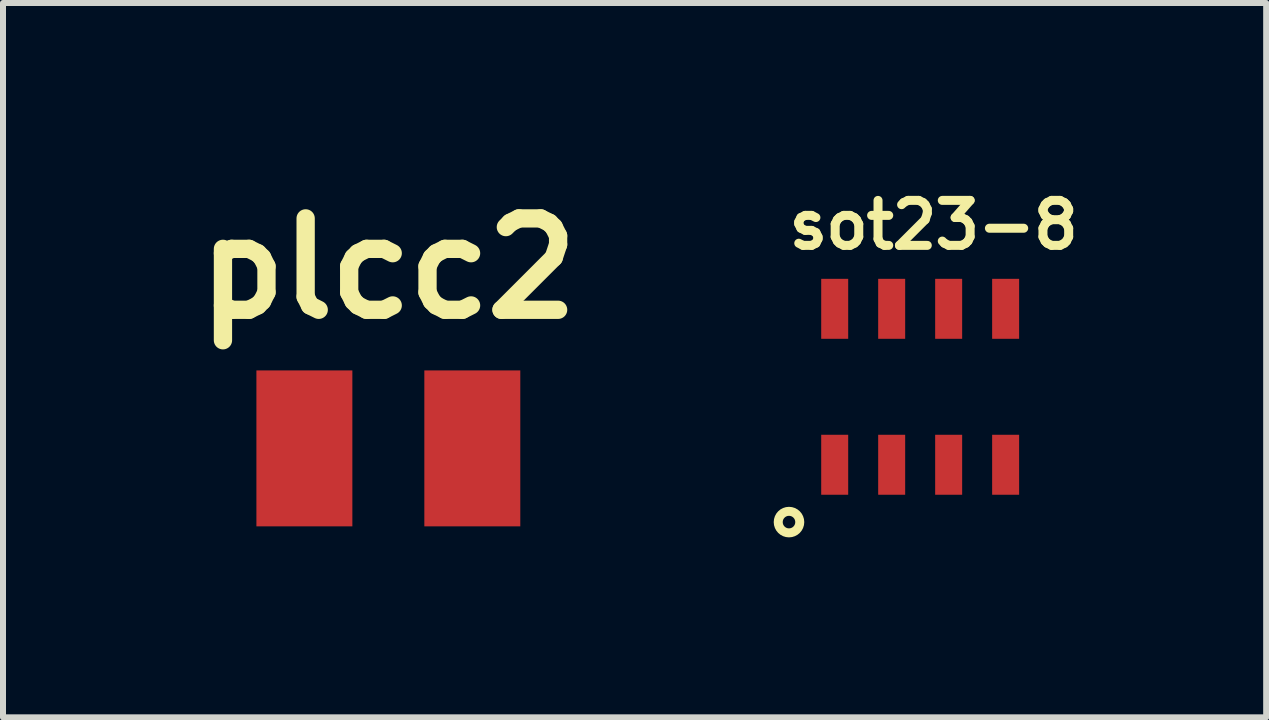
<source format=kicad_pcb>
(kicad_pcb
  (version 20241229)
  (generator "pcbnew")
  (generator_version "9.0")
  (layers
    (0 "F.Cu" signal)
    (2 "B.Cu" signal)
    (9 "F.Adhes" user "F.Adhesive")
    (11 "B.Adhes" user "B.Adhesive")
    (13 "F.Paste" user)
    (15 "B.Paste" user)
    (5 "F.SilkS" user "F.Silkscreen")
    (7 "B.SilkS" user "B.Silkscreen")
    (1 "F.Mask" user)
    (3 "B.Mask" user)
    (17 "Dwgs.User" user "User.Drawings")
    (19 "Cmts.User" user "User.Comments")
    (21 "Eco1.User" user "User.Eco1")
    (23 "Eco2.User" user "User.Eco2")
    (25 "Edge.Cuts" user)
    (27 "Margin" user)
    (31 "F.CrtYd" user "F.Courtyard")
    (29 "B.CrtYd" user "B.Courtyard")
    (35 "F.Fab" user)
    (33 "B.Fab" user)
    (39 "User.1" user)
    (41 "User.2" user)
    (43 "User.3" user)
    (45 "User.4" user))
  (footprint "sot23-8"
    (layer "F.Cu")
    (at 10.867 2.099)
    (property "Reference" "sot23-8" (at 1.651 -1.397 0) (layer "F.SilkS") (effects (font (size 0.75 0.75) (thickness 0.15))))
    (attr through_hole)
    (fp_circle (center -0.762 3.556) (end -0.635 3.429) (stroke (width 0.15) (type solid)) (fill no) (layer "F.SilkS"))
    (pad "1" smd rect (at 0 2.6) (size 0.45 1) (layers "F.Cu" "F.Mask" "F.Paste"))
    (pad "2" smd rect (at 0.95 2.6) (size 0.45 1) (layers "F.Cu" "F.Mask" "F.Paste"))
    (pad "3" smd rect (at 1.9 2.6) (size 0.45 1) (layers "F.Cu" "F.Mask" "F.Paste"))
    (pad "4" smd rect (at 2.85 2.6) (size 0.45 1) (layers "F.Cu" "F.Mask" "F.Paste"))
    (pad "5" smd rect (at 2.85 0) (size 0.45 1) (layers "F.Cu" "F.Mask" "F.Paste"))
    (pad "6" smd rect (at 1.9 0) (size 0.45 1) (layers "F.Cu" "F.Mask" "F.Paste"))
    (pad "7" smd rect (at 0.95 0) (size 0.45 1) (layers "F.Cu" "F.Mask" "F.Paste"))
    (pad "8" smd rect (at 0 0) (size 0.45 1) (layers "F.Cu" "F.Mask" "F.Paste")))
  (footprint "plcc2"
    (layer "F.Cu")
    (at 3.425 4.426)
    (property "Reference" "plcc2" (at 0 -3 0) (layer "F.SilkS") (effects (font (size 1.524 1.524) (thickness 0.305))))
    (attr through_hole)
    (pad "1" smd rect (at 1.4 0) (size 1.6 2.6) (layers "F.Cu" "F.Mask" "F.Paste"))
    (pad "2" smd rect (at -1.4 0) (size 1.6 2.6) (layers "F.Cu" "F.Mask" "F.Paste")))
  (gr_rect
    (start -3 -3)
    (end 18.061 8.91)
    (stroke (width 0.1) (type default))
    (fill no)
    (layer "Edge.Cuts")))
</source>
